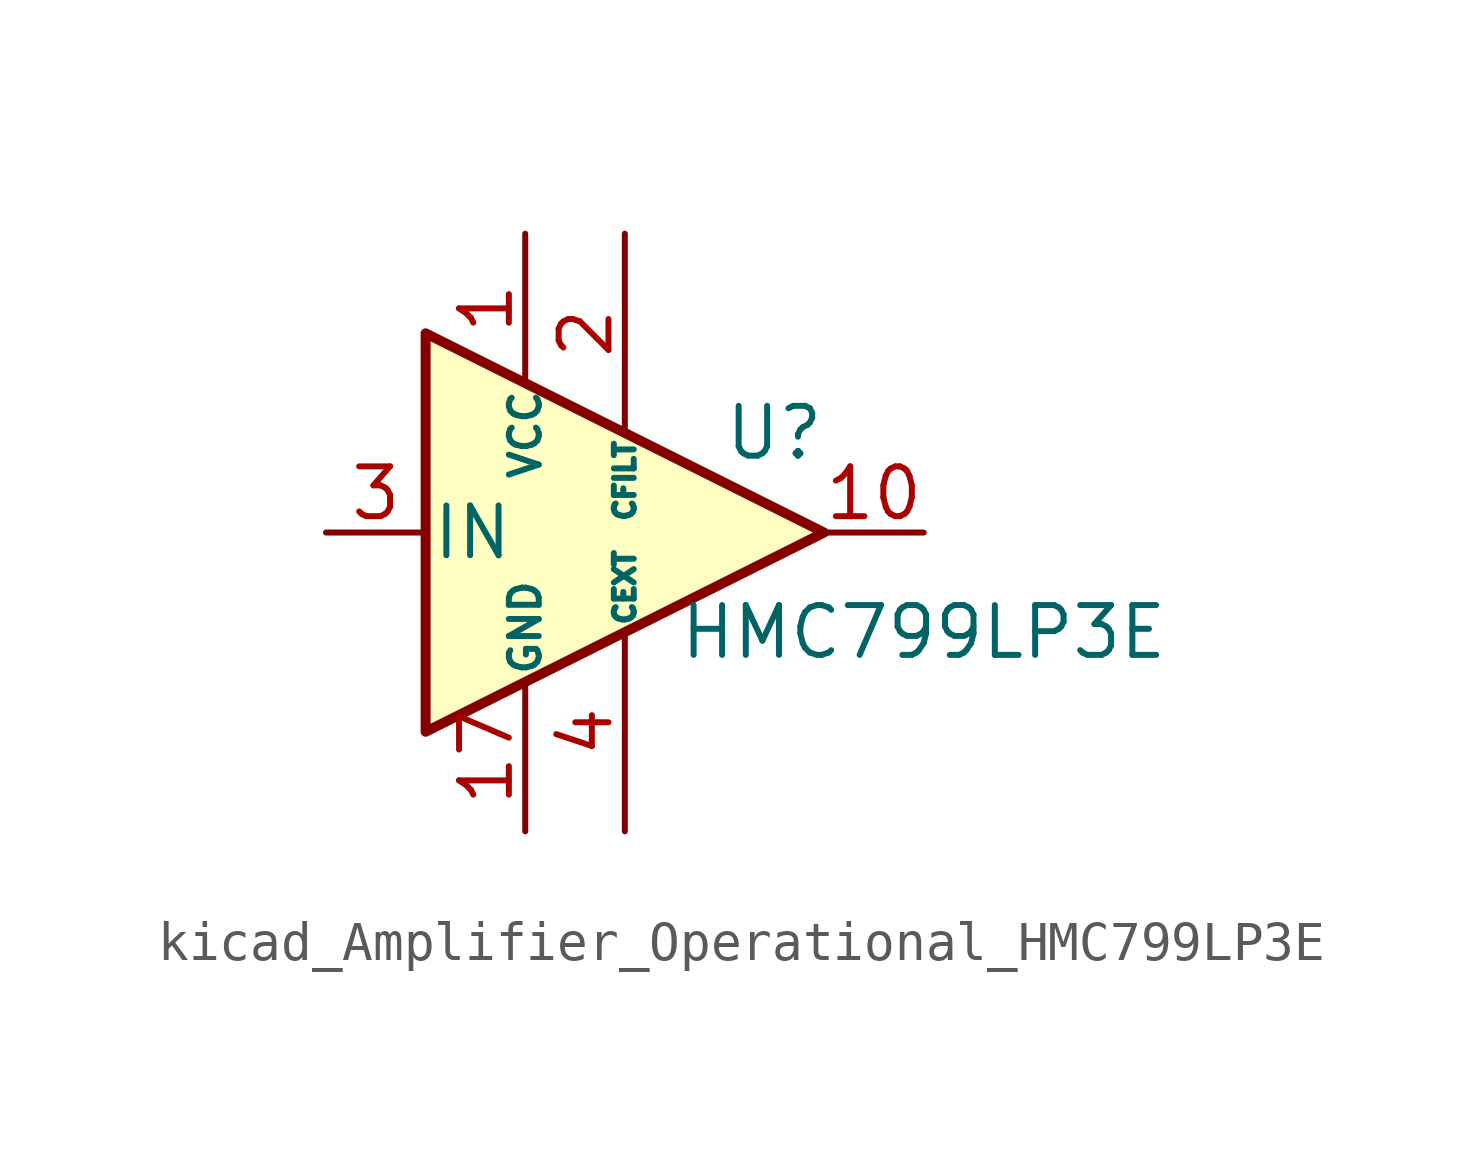
<source format=kicad_sym>
(kicad_symbol_lib
  (version 20220914)
  (generator kicad_symbol_editor)
  (symbol "kicad_Amplifier_Operational_HMC799LP3E"
    (pin_names
      (offset 0.127))
    (property "Reference" "U"
      (at 3.81 2.54 0)
      (effects (font (size 1.27 1.27))))
    (property "Value" "HMC799LP3E"
      (at 7.62 -2.54 0)
      (effects (font (size 1.27 1.27))))
    (symbol "kicad_Amplifier_Operational_HMC799LP3E_0_0"
      (pin no_connect line (at 0 0 90) (length 2.54) hide (name "NC" (effects (font (size 1.27 1.27)))) (number "11" (effects (font (size 1.27 1.27)))))
      (pin passive line (at -2.54 7.62 270) (length 3.81) hide (name "VCC" (effects (font (size 0.762 0.762)))) (number "12" (effects (font (size 1.27 1.27)))))
      (pin no_connect line (at 2.54 0 90) (length 2.54) hide (name "NC" (effects (font (size 1.27 1.27)))) (number "13" (effects (font (size 1.27 1.27)))))
      (pin passive line (at -2.54 7.62 270) (length 3.81) hide (name "VCC" (effects (font (size 0.762 0.762)))) (number "14" (effects (font (size 1.27 1.27)))))
      (pin no_connect line (at -2.54 2.54 0) (length 2.54) hide (name "NC" (effects (font (size 1.27 1.27)))) (number "15" (effects (font (size 1.27 1.27)))))
      (pin no_connect line (at -2.54 -2.54 0) (length 2.54) hide (name "NC" (effects (font (size 1.27 1.27)))) (number "16" (effects (font (size 1.27 1.27)))))
      (pin no_connect line (at -5.08 5.08 0) (length 2.54) hide (name "NC" (effects (font (size 1.27 1.27)))) (number "5" (effects (font (size 1.27 1.27)))))
      (pin no_connect line (at -5.08 2.54 0) (length 2.54) hide (name "NC" (effects (font (size 1.27 1.27)))) (number "6" (effects (font (size 1.27 1.27)))))
      (pin no_connect line (at -5.08 -2.54 0) (length 2.54) hide (name "NC" (effects (font (size 1.27 1.27)))) (number "7" (effects (font (size 1.27 1.27)))))
      (pin no_connect line (at -5.08 -5.08 0) (length 2.54) hide (name "NC" (effects (font (size 1.27 1.27)))) (number "8" (effects (font (size 1.27 1.27)))))
      (pin no_connect line (at -2.54 0 90) (length 2.54) hide (name "NC" (effects (font (size 1.27 1.27)))) (number "9" (effects (font (size 1.27 1.27))))))
    (symbol "kicad_Amplifier_Operational_HMC799LP3E_0_1"
      (polyline (pts (xy 5.08 0) (xy -5.08 5.08) (xy -5.08 -5.08) (xy 5.08 0)) (stroke (width 0.254) (type default)) (fill (type background))))
    (symbol "kicad_Amplifier_Operational_HMC799LP3E_1_1"
      (pin power_in line (at -2.54 7.62 270) (length 3.81) (name "VCC" (effects (font (size 0.762 0.762)))) (number "1" (effects (font (size 1.27 1.27)))))
      (pin output line (at 7.62 0 180) (length 2.54) (name "~" (effects (font (size 1.27 1.27)))) (number "10" (effects (font (size 1.27 1.27)))))
      (pin power_in line (at -2.54 -7.62 90) (length 3.81) (name "GND" (effects (font (size 0.762 0.762)))) (number "17" (effects (font (size 1.27 1.27)))))
      (pin passive line (at 0 7.62 270) (length 5.08) (name "CFILT" (effects (font (size 0.508 0.508)))) (number "2" (effects (font (size 1.27 1.27)))))
      (pin input line (at -7.62 0 0) (length 2.54) (name "IN" (effects (font (size 1.27 1.27)))) (number "3" (effects (font (size 1.27 1.27)))))
      (pin passive line (at 0 -7.62 90) (length 5.08) (name "CEXT" (effects (font (size 0.508 0.508)))) (number "4" (effects (font (size 1.27 1.27))))))))
</source>
